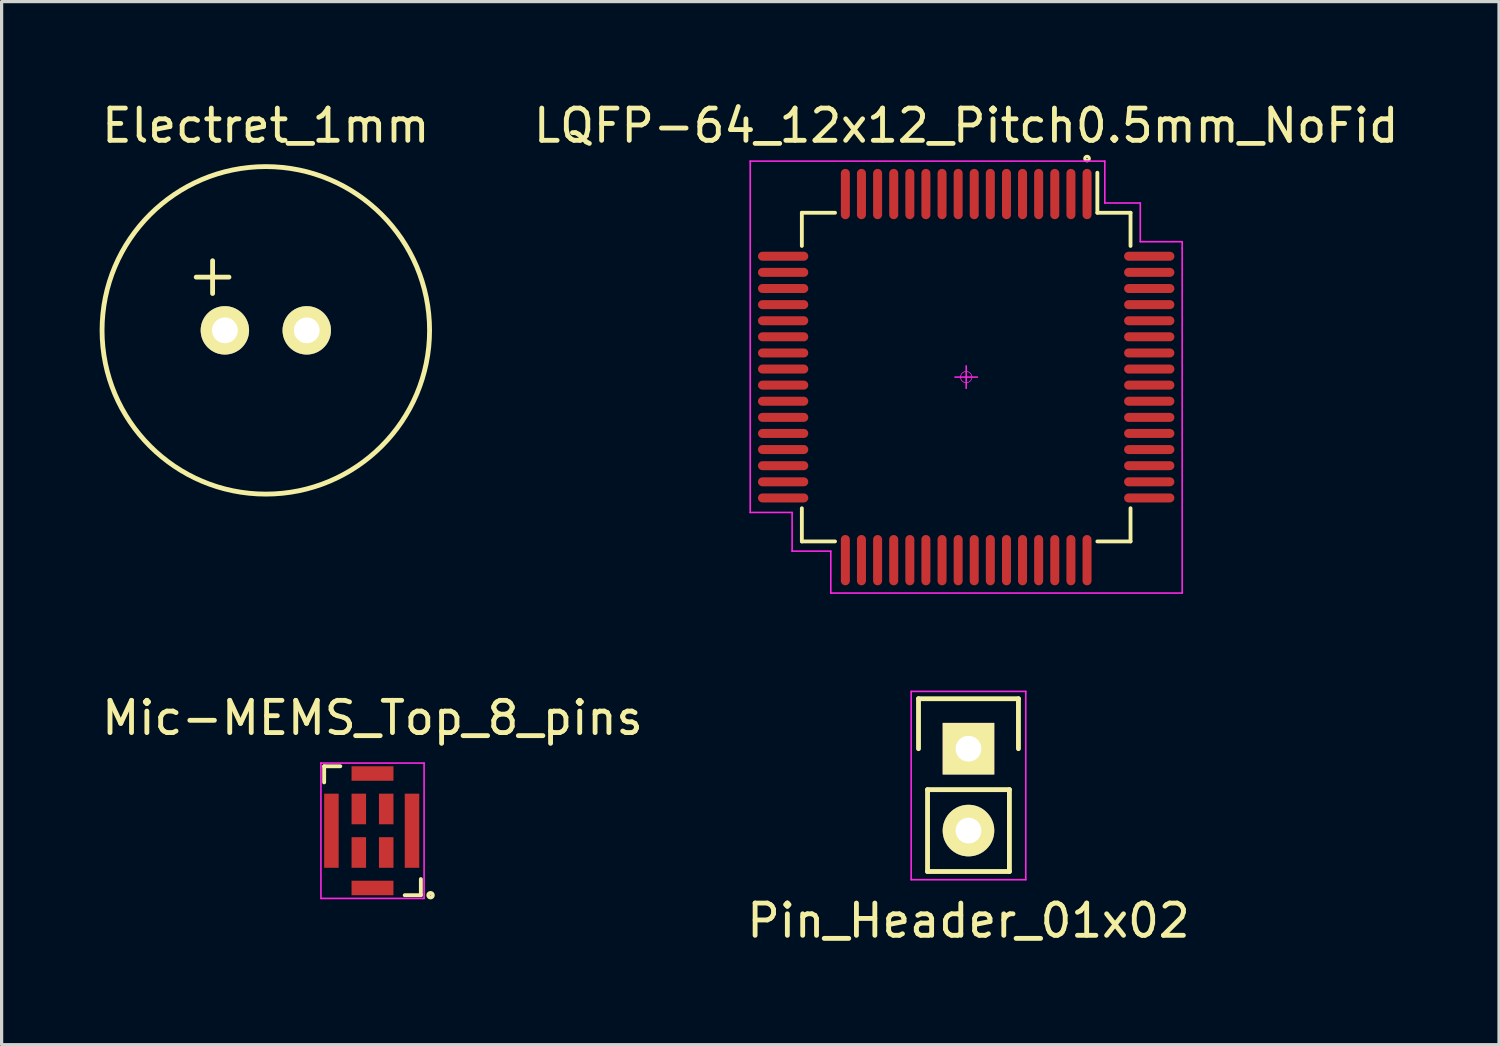
<source format=kicad_pcb>
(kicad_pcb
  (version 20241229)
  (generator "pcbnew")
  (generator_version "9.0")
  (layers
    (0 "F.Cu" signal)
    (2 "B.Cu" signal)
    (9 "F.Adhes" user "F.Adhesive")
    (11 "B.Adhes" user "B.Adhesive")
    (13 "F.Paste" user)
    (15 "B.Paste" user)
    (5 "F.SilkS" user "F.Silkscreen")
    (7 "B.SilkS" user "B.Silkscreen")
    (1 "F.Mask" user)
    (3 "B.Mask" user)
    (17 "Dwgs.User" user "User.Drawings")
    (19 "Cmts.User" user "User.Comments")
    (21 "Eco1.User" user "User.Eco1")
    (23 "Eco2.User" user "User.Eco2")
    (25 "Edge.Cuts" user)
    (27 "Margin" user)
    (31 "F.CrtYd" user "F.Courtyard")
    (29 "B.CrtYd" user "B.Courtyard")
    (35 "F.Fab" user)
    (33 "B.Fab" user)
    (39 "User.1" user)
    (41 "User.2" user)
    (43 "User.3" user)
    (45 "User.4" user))
  (footprint "Mic-MEMS_Top_8_pins"
    (layer "F.Cu")
    (at 8.506 22.721)
    (property "Reference" "Mic-MEMS_Top_8_pins" (at 0 -3.5 0) (layer "F.SilkS") (effects (font (size 1 1) (thickness 0.15))))
    (attr through_hole)
    (fp_line (start -1.5 -2) (end -1.5 -1.5) (stroke (width 0.12) (type solid)) (layer "F.SilkS"))
    (fp_line (start -1.5 -2) (end -1 -2) (stroke (width 0.12) (type solid)) (layer "F.SilkS"))
    (fp_line (start 1.5 2) (end 1 2) (stroke (width 0.12) (type solid)) (layer "F.SilkS"))
    (fp_line (start 1.5 2) (end 1.5 1.5) (stroke (width 0.12) (type solid)) (layer "F.SilkS"))
    (fp_circle (center 1.8 2) (end 1.85 2.05) (stroke (width 0.12) (type solid)) (fill no) (layer "F.SilkS"))
    (fp_line (start -1.6 -2.1) (end 1.6 -2.1) (stroke (width 0.05) (type solid)) (layer "F.CrtYd"))
    (fp_line (start -1.6 2.1) (end -1.6 -2.1) (stroke (width 0.05) (type solid)) (layer "F.CrtYd"))
    (fp_line (start 1.6 -2.1) (end 1.6 2.1) (stroke (width 0.05) (type solid)) (layer "F.CrtYd"))
    (fp_line (start 1.6 2.1) (end -1.6 2.1) (stroke (width 0.05) (type solid)) (layer "F.CrtYd"))
    (pad "1" smd rect (at 0.425 0.675) (size 0.45 0.95) (layers "F.Cu" "F.Mask" "F.Paste"))
    (pad "2" smd rect (at 0.425 -0.675) (size 0.45 0.95) (layers "F.Cu" "F.Mask" "F.Paste"))
    (pad "3" smd rect (at -0.425 -0.675) (size 0.45 0.95) (layers "F.Cu" "F.Mask" "F.Paste"))
    (pad "4" smd rect (at -0.425 0.675) (size 0.45 0.95) (layers "F.Cu" "F.Mask" "F.Paste"))
    (pad "5" smd rect (at -1.275 0) (size 0.45 2.3) (layers "F.Cu" "F.Mask" "F.Paste"))
    (pad "5" smd rect (at 0 -1.775) (size 1.3 0.45) (layers "F.Cu" "F.Mask" "F.Paste"))
    (pad "5" smd rect (at 0 1.775) (size 1.3 0.45) (layers "F.Cu" "F.Mask" "F.Paste"))
    (pad "5" smd rect (at 1.225 0) (size 0.45 2.3) (layers "F.Cu" "F.Mask" "F.Paste")))
  (footprint "LQFP-64_12x12_Pitch0.5mm_NoFid"
    (layer "F.Cu")
    (at 26.923 8.648)
    (property "Reference" "LQFP-64_12x12_Pitch0.5mm_NoFid" (at 0 -7.8 0) (layer "F.SilkS") (effects (font (size 1 1) (thickness 0.15))))
    (attr smd)
    (fp_line (start -5.098 -5.098) (end -5.098 -4.069) (stroke (width 0.119) (type solid)) (layer "F.SilkS"))
    (fp_line (start -5.098 5.098) (end -5.098 4.069) (stroke (width 0.119) (type solid)) (layer "F.SilkS"))
    (fp_line (start -4.069 -5.098) (end -5.098 -5.098) (stroke (width 0.119) (type solid)) (layer "F.SilkS"))
    (fp_line (start -4.069 5.098) (end -5.098 5.098) (stroke (width 0.119) (type solid)) (layer "F.SilkS"))
    (fp_line (start 4.069 -5.098) (end 4.069 -6.34) (stroke (width 0.119) (type solid)) (layer "F.SilkS"))
    (fp_line (start 4.069 -5.098) (end 5.098 -5.098) (stroke (width 0.119) (type solid)) (layer "F.SilkS"))
    (fp_line (start 4.069 5.098) (end 5.098 5.098) (stroke (width 0.119) (type solid)) (layer "F.SilkS"))
    (fp_line (start 5.098 -5.098) (end 5.098 -4.069) (stroke (width 0.119) (type solid)) (layer "F.SilkS"))
    (fp_line (start 5.098 5.098) (end 5.098 4.069) (stroke (width 0.119) (type solid)) (layer "F.SilkS"))
    (fp_circle (center 3.749 -6.779) (end 3.797 -6.828) (stroke (width 0.099) (type solid)) (fill no) (layer "F.SilkS"))
    (fp_line (start -6.7 -6.7) (end 4.3 -6.7) (stroke (width 0.05) (type solid)) (layer "F.CrtYd"))
    (fp_line (start -6.7 4.2) (end -6.7 -6.7) (stroke (width 0.05) (type solid)) (layer "F.CrtYd"))
    (fp_line (start -6.7 4.2) (end -5.4 4.2) (stroke (width 0.05) (type solid)) (layer "F.CrtYd"))
    (fp_line (start -5.4 4.2) (end -5.4 5.4) (stroke (width 0.05) (type solid)) (layer "F.CrtYd"))
    (fp_line (start -5.4 5.4) (end -4.2 5.4) (stroke (width 0.05) (type solid)) (layer "F.CrtYd"))
    (fp_line (start -4.2 5.4) (end -4.2 6.7) (stroke (width 0.05) (type solid)) (layer "F.CrtYd"))
    (fp_line (start 0 0.348) (end 0 -0.348) (stroke (width 0.048) (type solid)) (layer "F.CrtYd"))
    (fp_line (start 0.348 0) (end -0.348 0) (stroke (width 0.048) (type solid)) (layer "F.CrtYd"))
    (fp_line (start 4.3 -6.7) (end 4.3 -5.4) (stroke (width 0.05) (type solid)) (layer "F.CrtYd"))
    (fp_line (start 4.3 -5.4) (end 5.4 -5.4) (stroke (width 0.05) (type solid)) (layer "F.CrtYd"))
    (fp_line (start 5.4 -5.4) (end 5.4 -4.2) (stroke (width 0.05) (type solid)) (layer "F.CrtYd"))
    (fp_line (start 5.4 -4.2) (end 6.7 -4.2) (stroke (width 0.05) (type solid)) (layer "F.CrtYd"))
    (fp_line (start 6.7 -4.2) (end 6.7 -4) (stroke (width 0.05) (type solid)) (layer "F.CrtYd"))
    (fp_line (start 6.7 -4) (end 6.7 6.7) (stroke (width 0.05) (type solid)) (layer "F.CrtYd"))
    (fp_line (start 6.7 6.7) (end -4.2 6.7) (stroke (width 0.05) (type solid)) (layer "F.CrtYd"))
    (fp_circle (center 0 0) (end -0.124 0.124) (stroke (width 0.023) (type solid)) (fill no) (layer "F.CrtYd"))
    (pad "1" smd oval (at 3.749 -5.679 90) (size 1.56 0.279) (layers "F.Cu" "F.Mask" "F.Paste"))
    (pad "2" smd oval (at 3.249 -5.679 90) (size 1.56 0.279) (layers "F.Cu" "F.Mask" "F.Paste"))
    (pad "3" smd oval (at 2.748 -5.679 90) (size 1.56 0.279) (layers "F.Cu" "F.Mask" "F.Paste"))
    (pad "4" smd oval (at 2.248 -5.679 90) (size 1.56 0.279) (layers "F.Cu" "F.Mask" "F.Paste"))
    (pad "5" smd oval (at 1.748 -5.679 90) (size 1.56 0.279) (layers "F.Cu" "F.Mask" "F.Paste"))
    (pad "6" smd oval (at 1.25 -5.679 90) (size 1.56 0.279) (layers "F.Cu" "F.Mask" "F.Paste"))
    (pad "7" smd oval (at 0.749 -5.679 90) (size 1.56 0.279) (layers "F.Cu" "F.Mask" "F.Paste"))
    (pad "8" smd oval (at 0.249 -5.679 90) (size 1.56 0.279) (layers "F.Cu" "F.Mask" "F.Paste"))
    (pad "9" smd oval (at -0.249 -5.679 90) (size 1.56 0.279) (layers "F.Cu" "F.Mask" "F.Paste"))
    (pad "10" smd oval (at -0.749 -5.679 90) (size 1.56 0.279) (layers "F.Cu" "F.Mask" "F.Paste"))
    (pad "11" smd oval (at -1.25 -5.679 90) (size 1.56 0.279) (layers "F.Cu" "F.Mask" "F.Paste"))
    (pad "12" smd oval (at -1.748 -5.679 90) (size 1.56 0.279) (layers "F.Cu" "F.Mask" "F.Paste"))
    (pad "13" smd oval (at -2.248 -5.679 90) (size 1.56 0.279) (layers "F.Cu" "F.Mask" "F.Paste"))
    (pad "14" smd oval (at -2.748 -5.679 90) (size 1.56 0.279) (layers "F.Cu" "F.Mask" "F.Paste"))
    (pad "15" smd oval (at -3.249 -5.679 90) (size 1.56 0.279) (layers "F.Cu" "F.Mask" "F.Paste"))
    (pad "16" smd oval (at -3.749 -5.679 90) (size 1.56 0.279) (layers "F.Cu" "F.Mask" "F.Paste"))
    (pad "17" smd oval (at -5.679 -3.749 180) (size 1.56 0.279) (layers "F.Cu" "F.Mask" "F.Paste"))
    (pad "18" smd oval (at -5.679 -3.249 180) (size 1.56 0.279) (layers "F.Cu" "F.Mask" "F.Paste"))
    (pad "19" smd oval (at -5.679 -2.748 180) (size 1.56 0.279) (layers "F.Cu" "F.Mask" "F.Paste"))
    (pad "20" smd oval (at -5.679 -2.248 180) (size 1.56 0.279) (layers "F.Cu" "F.Mask" "F.Paste"))
    (pad "21" smd oval (at -5.679 -1.748 180) (size 1.56 0.279) (layers "F.Cu" "F.Mask" "F.Paste"))
    (pad "22" smd oval (at -5.679 -1.25 180) (size 1.56 0.279) (layers "F.Cu" "F.Mask" "F.Paste"))
    (pad "23" smd oval (at -5.679 -0.749 180) (size 1.56 0.279) (layers "F.Cu" "F.Mask" "F.Paste"))
    (pad "24" smd oval (at -5.679 -0.249 180) (size 1.56 0.279) (layers "F.Cu" "F.Mask" "F.Paste"))
    (pad "25" smd oval (at -5.679 0.249 180) (size 1.56 0.279) (layers "F.Cu" "F.Mask" "F.Paste"))
    (pad "26" smd oval (at -5.679 0.749 180) (size 1.56 0.279) (layers "F.Cu" "F.Mask" "F.Paste"))
    (pad "27" smd oval (at -5.679 1.25 180) (size 1.56 0.279) (layers "F.Cu" "F.Mask" "F.Paste"))
    (pad "28" smd oval (at -5.679 1.748 180) (size 1.56 0.279) (layers "F.Cu" "F.Mask" "F.Paste"))
    (pad "29" smd oval (at -5.679 2.248 180) (size 1.56 0.279) (layers "F.Cu" "F.Mask" "F.Paste"))
    (pad "30" smd oval (at -5.679 2.748 180) (size 1.56 0.279) (layers "F.Cu" "F.Mask" "F.Paste"))
    (pad "31" smd oval (at -5.679 3.249 180) (size 1.56 0.279) (layers "F.Cu" "F.Mask" "F.Paste"))
    (pad "32" smd oval (at -5.679 3.749 180) (size 1.56 0.279) (layers "F.Cu" "F.Mask" "F.Paste"))
    (pad "33" smd oval (at -3.749 5.679 270) (size 1.56 0.279) (layers "F.Cu" "F.Mask" "F.Paste"))
    (pad "34" smd oval (at -3.249 5.679 270) (size 1.56 0.279) (layers "F.Cu" "F.Mask" "F.Paste"))
    (pad "35" smd oval (at -2.748 5.679 270) (size 1.56 0.279) (layers "F.Cu" "F.Mask" "F.Paste"))
    (pad "36" smd oval (at -2.248 5.679 270) (size 1.56 0.279) (layers "F.Cu" "F.Mask" "F.Paste"))
    (pad "37" smd oval (at -1.748 5.679 270) (size 1.56 0.279) (layers "F.Cu" "F.Mask" "F.Paste"))
    (pad "38" smd oval (at -1.25 5.679 270) (size 1.56 0.279) (layers "F.Cu" "F.Mask" "F.Paste"))
    (pad "39" smd oval (at -0.749 5.679 270) (size 1.56 0.279) (layers "F.Cu" "F.Mask" "F.Paste"))
    (pad "40" smd oval (at -0.249 5.679 270) (size 1.56 0.279) (layers "F.Cu" "F.Mask" "F.Paste"))
    (pad "41" smd oval (at 0.249 5.679 270) (size 1.56 0.279) (layers "F.Cu" "F.Mask" "F.Paste"))
    (pad "42" smd oval (at 0.749 5.679 270) (size 1.56 0.279) (layers "F.Cu" "F.Mask" "F.Paste"))
    (pad "43" smd oval (at 1.25 5.679 270) (size 1.56 0.279) (layers "F.Cu" "F.Mask" "F.Paste"))
    (pad "44" smd oval (at 1.748 5.679 270) (size 1.56 0.279) (layers "F.Cu" "F.Mask" "F.Paste"))
    (pad "45" smd oval (at 2.248 5.679 270) (size 1.56 0.279) (layers "F.Cu" "F.Mask" "F.Paste"))
    (pad "46" smd oval (at 2.748 5.679 270) (size 1.56 0.279) (layers "F.Cu" "F.Mask" "F.Paste"))
    (pad "47" smd oval (at 3.249 5.679 270) (size 1.56 0.279) (layers "F.Cu" "F.Mask" "F.Paste"))
    (pad "48" smd oval (at 3.749 5.679 270) (size 1.56 0.279) (layers "F.Cu" "F.Mask" "F.Paste"))
    (pad "49" smd oval (at 5.679 3.749) (size 1.56 0.279) (layers "F.Cu" "F.Mask" "F.Paste"))
    (pad "50" smd oval (at 5.679 3.249) (size 1.56 0.279) (layers "F.Cu" "F.Mask" "F.Paste"))
    (pad "51" smd oval (at 5.679 2.748) (size 1.56 0.279) (layers "F.Cu" "F.Mask" "F.Paste"))
    (pad "52" smd oval (at 5.679 2.248) (size 1.56 0.279) (layers "F.Cu" "F.Mask" "F.Paste"))
    (pad "53" smd oval (at 5.679 1.748) (size 1.56 0.279) (layers "F.Cu" "F.Mask" "F.Paste"))
    (pad "54" smd oval (at 5.679 1.25) (size 1.56 0.279) (layers "F.Cu" "F.Mask" "F.Paste"))
    (pad "55" smd oval (at 5.679 0.749) (size 1.56 0.279) (layers "F.Cu" "F.Mask" "F.Paste"))
    (pad "56" smd oval (at 5.679 0.249) (size 1.56 0.279) (layers "F.Cu" "F.Mask" "F.Paste"))
    (pad "57" smd oval (at 5.679 -0.249) (size 1.56 0.279) (layers "F.Cu" "F.Mask" "F.Paste"))
    (pad "58" smd oval (at 5.679 -0.749) (size 1.56 0.279) (layers "F.Cu" "F.Mask" "F.Paste"))
    (pad "59" smd oval (at 5.679 -1.25) (size 1.56 0.279) (layers "F.Cu" "F.Mask" "F.Paste"))
    (pad "60" smd oval (at 5.679 -1.748) (size 1.56 0.279) (layers "F.Cu" "F.Mask" "F.Paste"))
    (pad "61" smd oval (at 5.679 -2.248) (size 1.56 0.279) (layers "F.Cu" "F.Mask" "F.Paste"))
    (pad "62" smd oval (at 5.679 -2.748) (size 1.56 0.279) (layers "F.Cu" "F.Mask" "F.Paste"))
    (pad "63" smd oval (at 5.679 -3.249) (size 1.56 0.279) (layers "F.Cu" "F.Mask" "F.Paste"))
    (pad "64" smd oval (at 5.679 -3.749) (size 1.56 0.279) (layers "F.Cu" "F.Mask" "F.Paste")))
  (footprint "Pin_Header_01x02"
    (layer "F.Cu")
    (at 26.994 20.176)
    (property "Reference" "Pin_Header_01x02" (at 0 5.334 0) (layer "F.SilkS") (effects (font (size 1 1) (thickness 0.15))))
    (attr through_hole)
    (fp_line (start -1.55 -1.55) (end 1.55 -1.55) (stroke (width 0.15) (type solid)) (layer "F.SilkS"))
    (fp_line (start -1.55 0) (end -1.55 -1.55) (stroke (width 0.15) (type solid)) (layer "F.SilkS"))
    (fp_line (start -1.27 1.27) (end -1.27 3.81) (stroke (width 0.15) (type solid)) (layer "F.SilkS"))
    (fp_line (start -1.27 3.81) (end 1.27 3.81) (stroke (width 0.15) (type solid)) (layer "F.SilkS"))
    (fp_line (start 1.27 1.27) (end -1.27 1.27) (stroke (width 0.15) (type solid)) (layer "F.SilkS"))
    (fp_line (start 1.27 3.81) (end 1.27 1.27) (stroke (width 0.15) (type solid)) (layer "F.SilkS"))
    (fp_line (start 1.55 -1.55) (end 1.55 0) (stroke (width 0.15) (type solid)) (layer "F.SilkS"))
    (fp_line (start -1.778 -1.778) (end 1.778 -1.778) (stroke (width 0.05) (type solid)) (layer "F.CrtYd"))
    (fp_line (start -1.778 4.064) (end -1.778 -1.778) (stroke (width 0.05) (type solid)) (layer "F.CrtYd"))
    (fp_line (start 1.778 -1.778) (end 1.778 4.064) (stroke (width 0.05) (type solid)) (layer "F.CrtYd"))
    (fp_line (start 1.778 4.064) (end -1.778 4.064) (stroke (width 0.05) (type solid)) (layer "F.CrtYd"))
    (pad "1" thru_hole rect (at 0 0) (size 1.6 1.6) (drill 0.8) (layers "*.Cu" "*.Mask" "F.SilkS"))
    (pad "2" thru_hole oval (at 0 2.54) (size 1.6 1.6) (drill 0.8) (layers "*.Cu" "*.Mask" "F.SilkS")))
  (footprint "Electret_1mm"
    (layer "F.Cu")
    (at 3.926 7.198)
    (property "Reference" "Electret_1mm" (at 1.27 -6.35 0) (layer "F.SilkS") (effects (font (size 1 1) (thickness 0.15))))
    (attr through_hole)
    (fp_line (start -0.889 -1.651) (end 0.127 -1.651) (stroke (width 0.15) (type solid)) (layer "F.SilkS"))
    (fp_line (start -0.381 -2.159) (end -0.381 -1.143) (stroke (width 0.15) (type solid)) (layer "F.SilkS"))
    (fp_circle (center 1.27 0) (end 6.35 0) (stroke (width 0.15) (type solid)) (fill no) (layer "F.SilkS"))
    (pad "1" thru_hole circle (at 0 0) (size 1.501 1.501) (drill 0.8) (layers "*.Cu" "*.Mask" "F.SilkS"))
    (pad "2" thru_hole circle (at 2.54 0) (size 1.501 1.501) (drill 0.8) (layers "*.Cu" "*.Mask" "F.SilkS")))
  (gr_rect
    (start -3 -3)
    (end 43.452 29.358)
    (stroke (width 0.1) (type default))
    (fill no)
    (layer "Edge.Cuts")))
</source>
